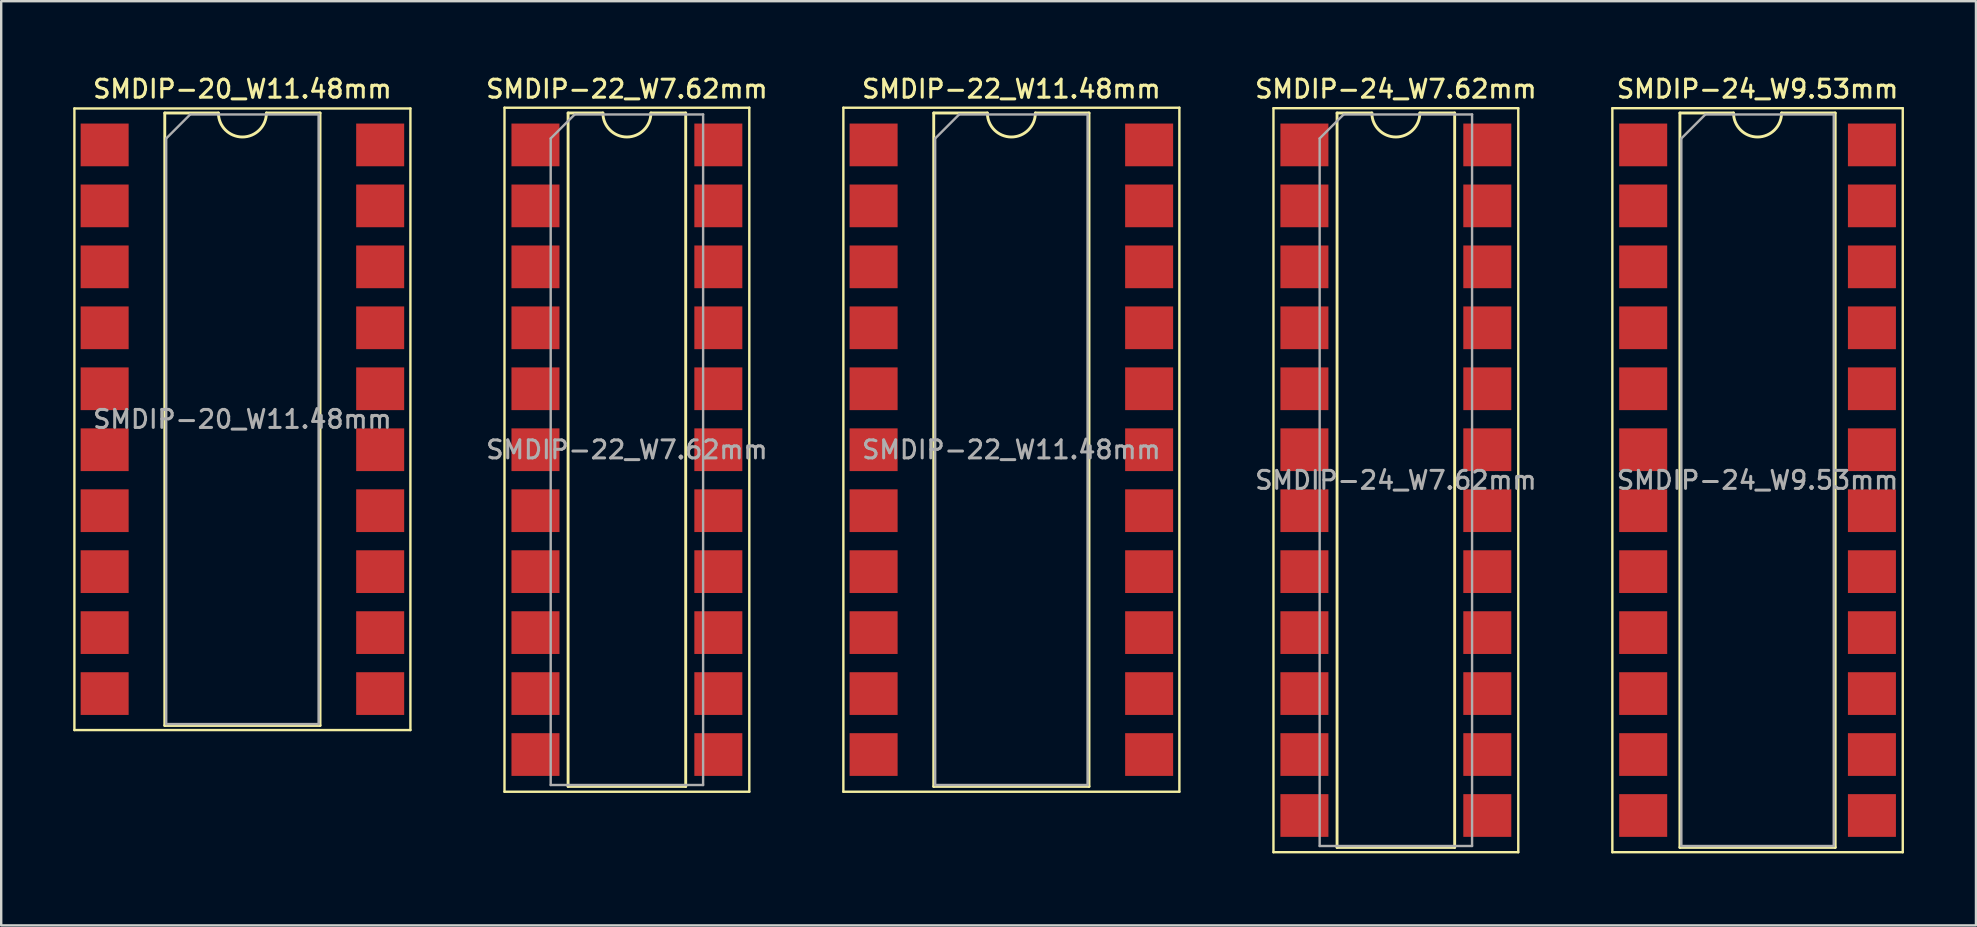
<source format=kicad_pcb>
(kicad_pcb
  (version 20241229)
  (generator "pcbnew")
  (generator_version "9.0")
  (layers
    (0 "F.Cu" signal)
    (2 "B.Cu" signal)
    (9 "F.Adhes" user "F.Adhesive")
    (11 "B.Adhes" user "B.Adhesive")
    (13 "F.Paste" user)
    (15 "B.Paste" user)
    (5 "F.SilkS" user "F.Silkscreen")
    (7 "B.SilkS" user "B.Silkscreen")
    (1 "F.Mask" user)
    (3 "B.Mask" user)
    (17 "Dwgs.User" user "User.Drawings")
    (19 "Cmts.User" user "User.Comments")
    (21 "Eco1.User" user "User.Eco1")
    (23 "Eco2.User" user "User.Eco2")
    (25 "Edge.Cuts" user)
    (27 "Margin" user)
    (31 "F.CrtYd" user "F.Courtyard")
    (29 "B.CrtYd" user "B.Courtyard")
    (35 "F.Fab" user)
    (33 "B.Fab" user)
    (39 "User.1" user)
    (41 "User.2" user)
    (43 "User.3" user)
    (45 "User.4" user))
  (footprint "SMDIP-22_W7.62mm"
    (layer "F.Cu")
    (at 23.07 15.688)
    (property "Reference" "SMDIP-22_W7.62mm" (at 0 -15.03 0) (layer "F.SilkS") (effects (font (size 0.75 0.75) (thickness 0.125))))
    (attr smd)
    (fp_line (start -5.1 -14.25) (end -5.1 14.25) (stroke (width 0.1) (type solid)) (layer "F.SilkS"))
    (fp_line (start -5.1 14.25) (end 5.1 14.25) (stroke (width 0.1) (type solid)) (layer "F.SilkS"))
    (fp_line (start -2.45 -14.03) (end -2.45 14.03) (stroke (width 0.12) (type solid)) (layer "F.SilkS"))
    (fp_line (start -2.45 14.03) (end 2.45 14.03) (stroke (width 0.12) (type solid)) (layer "F.SilkS"))
    (fp_line (start -1 -14.03) (end -2.45 -14.03) (stroke (width 0.12) (type solid)) (layer "F.SilkS"))
    (fp_line (start 2.45 -14.03) (end 1 -14.03) (stroke (width 0.12) (type solid)) (layer "F.SilkS"))
    (fp_line (start 2.45 14.03) (end 2.45 -14.03) (stroke (width 0.12) (type solid)) (layer "F.SilkS"))
    (fp_line (start 5.1 -14.25) (end -5.1 -14.25) (stroke (width 0.1) (type solid)) (layer "F.SilkS"))
    (fp_line (start 5.1 14.25) (end 5.1 -14.25) (stroke (width 0.1) (type solid)) (layer "F.SilkS"))
    (fp_arc (start 1 -14.03) (mid 0 -13.03) (end -1 -14.03) (stroke (width 0.12) (type solid)) (layer "F.SilkS"))
    (fp_line (start -3.175 -12.97) (end -2.175 -13.97) (stroke (width 0.1) (type solid)) (layer "F.Fab"))
    (fp_line (start -3.175 13.97) (end -3.175 -12.97) (stroke (width 0.1) (type solid)) (layer "F.Fab"))
    (fp_line (start -2.175 -13.97) (end 3.175 -13.97) (stroke (width 0.1) (type solid)) (layer "F.Fab"))
    (fp_line (start 3.175 -13.97) (end 3.175 13.97) (stroke (width 0.1) (type solid)) (layer "F.Fab"))
    (fp_line (start 3.175 13.97) (end -3.175 13.97) (stroke (width 0.1) (type solid)) (layer "F.Fab"))
    (fp_text user "${REFERENCE}" (at 0 0 0) (layer "F.Fab") (effects (font (size 0.75 0.75) (thickness 0.125))))
    (pad "1" smd rect (at -3.81 -12.7) (size 2 1.78) (layers "F.Cu" "F.Mask" "F.Paste"))
    (pad "2" smd rect (at -3.81 -10.16) (size 2 1.78) (layers "F.Cu" "F.Mask" "F.Paste"))
    (pad "3" smd rect (at -3.81 -7.62) (size 2 1.78) (layers "F.Cu" "F.Mask" "F.Paste"))
    (pad "4" smd rect (at -3.81 -5.08) (size 2 1.78) (layers "F.Cu" "F.Mask" "F.Paste"))
    (pad "5" smd rect (at -3.81 -2.54) (size 2 1.78) (layers "F.Cu" "F.Mask" "F.Paste"))
    (pad "6" smd rect (at -3.81 0) (size 2 1.78) (layers "F.Cu" "F.Mask" "F.Paste"))
    (pad "7" smd rect (at -3.81 2.54) (size 2 1.78) (layers "F.Cu" "F.Mask" "F.Paste"))
    (pad "8" smd rect (at -3.81 5.08) (size 2 1.78) (layers "F.Cu" "F.Mask" "F.Paste"))
    (pad "9" smd rect (at -3.81 7.62) (size 2 1.78) (layers "F.Cu" "F.Mask" "F.Paste"))
    (pad "10" smd rect (at -3.81 10.16) (size 2 1.78) (layers "F.Cu" "F.Mask" "F.Paste"))
    (pad "11" smd rect (at -3.81 12.7) (size 2 1.78) (layers "F.Cu" "F.Mask" "F.Paste"))
    (pad "12" smd rect (at 3.81 12.7) (size 2 1.78) (layers "F.Cu" "F.Mask" "F.Paste"))
    (pad "13" smd rect (at 3.81 10.16) (size 2 1.78) (layers "F.Cu" "F.Mask" "F.Paste"))
    (pad "14" smd rect (at 3.81 7.62) (size 2 1.78) (layers "F.Cu" "F.Mask" "F.Paste"))
    (pad "15" smd rect (at 3.81 5.08) (size 2 1.78) (layers "F.Cu" "F.Mask" "F.Paste"))
    (pad "16" smd rect (at 3.81 2.54) (size 2 1.78) (layers "F.Cu" "F.Mask" "F.Paste"))
    (pad "17" smd rect (at 3.81 0) (size 2 1.78) (layers "F.Cu" "F.Mask" "F.Paste"))
    (pad "18" smd rect (at 3.81 -2.54) (size 2 1.78) (layers "F.Cu" "F.Mask" "F.Paste"))
    (pad "19" smd rect (at 3.81 -5.08) (size 2 1.78) (layers "F.Cu" "F.Mask" "F.Paste"))
    (pad "20" smd rect (at 3.81 -7.62) (size 2 1.78) (layers "F.Cu" "F.Mask" "F.Paste"))
    (pad "21" smd rect (at 3.81 -10.16) (size 2 1.78) (layers "F.Cu" "F.Mask" "F.Paste"))
    (pad "22" smd rect (at 3.81 -12.7) (size 2 1.78) (layers "F.Cu" "F.Mask" "F.Paste")))
  (footprint "SMDIP-20_W11.48mm"
    (layer "F.Cu")
    (at 7.05 14.418)
    (property "Reference" "SMDIP-20_W11.48mm" (at 0 -13.76 0) (layer "F.SilkS") (effects (font (size 0.75 0.75) (thickness 0.125))))
    (attr smd)
    (fp_line (start -7 -12.95) (end -7 12.95) (stroke (width 0.1) (type solid)) (layer "F.SilkS"))
    (fp_line (start -7 12.95) (end 7 12.95) (stroke (width 0.1) (type solid)) (layer "F.SilkS"))
    (fp_line (start -3.235 -12.76) (end -3.235 12.76) (stroke (width 0.12) (type solid)) (layer "F.SilkS"))
    (fp_line (start -3.235 12.76) (end 3.235 12.76) (stroke (width 0.12) (type solid)) (layer "F.SilkS"))
    (fp_line (start -1 -12.76) (end -3.235 -12.76) (stroke (width 0.12) (type solid)) (layer "F.SilkS"))
    (fp_line (start 3.235 -12.76) (end 1 -12.76) (stroke (width 0.12) (type solid)) (layer "F.SilkS"))
    (fp_line (start 3.235 12.76) (end 3.235 -12.76) (stroke (width 0.12) (type solid)) (layer "F.SilkS"))
    (fp_line (start 7 -12.95) (end -7 -12.95) (stroke (width 0.1) (type solid)) (layer "F.SilkS"))
    (fp_line (start 7 12.95) (end 7 -12.95) (stroke (width 0.1) (type solid)) (layer "F.SilkS"))
    (fp_arc (start 1 -12.76) (mid 0 -11.76) (end -1 -12.76) (stroke (width 0.12) (type solid)) (layer "F.SilkS"))
    (fp_line (start -3.175 -11.7) (end -2.175 -12.7) (stroke (width 0.1) (type solid)) (layer "F.Fab"))
    (fp_line (start -3.175 12.7) (end -3.175 -11.7) (stroke (width 0.1) (type solid)) (layer "F.Fab"))
    (fp_line (start -2.175 -12.7) (end 3.175 -12.7) (stroke (width 0.1) (type solid)) (layer "F.Fab"))
    (fp_line (start 3.175 -12.7) (end 3.175 12.7) (stroke (width 0.1) (type solid)) (layer "F.Fab"))
    (fp_line (start 3.175 12.7) (end -3.175 12.7) (stroke (width 0.1) (type solid)) (layer "F.Fab"))
    (fp_text user "${REFERENCE}" (at 0 0 0) (layer "F.Fab") (effects (font (size 0.75 0.75) (thickness 0.125))))
    (pad "1" smd rect (at -5.74 -11.43) (size 2 1.78) (layers "F.Cu" "F.Mask" "F.Paste"))
    (pad "2" smd rect (at -5.74 -8.89) (size 2 1.78) (layers "F.Cu" "F.Mask" "F.Paste"))
    (pad "3" smd rect (at -5.74 -6.35) (size 2 1.78) (layers "F.Cu" "F.Mask" "F.Paste"))
    (pad "4" smd rect (at -5.74 -3.81) (size 2 1.78) (layers "F.Cu" "F.Mask" "F.Paste"))
    (pad "5" smd rect (at -5.74 -1.27) (size 2 1.78) (layers "F.Cu" "F.Mask" "F.Paste"))
    (pad "6" smd rect (at -5.74 1.27) (size 2 1.78) (layers "F.Cu" "F.Mask" "F.Paste"))
    (pad "7" smd rect (at -5.74 3.81) (size 2 1.78) (layers "F.Cu" "F.Mask" "F.Paste"))
    (pad "8" smd rect (at -5.74 6.35) (size 2 1.78) (layers "F.Cu" "F.Mask" "F.Paste"))
    (pad "9" smd rect (at -5.74 8.89) (size 2 1.78) (layers "F.Cu" "F.Mask" "F.Paste"))
    (pad "10" smd rect (at -5.74 11.43) (size 2 1.78) (layers "F.Cu" "F.Mask" "F.Paste"))
    (pad "11" smd rect (at 5.74 11.43) (size 2 1.78) (layers "F.Cu" "F.Mask" "F.Paste"))
    (pad "12" smd rect (at 5.74 8.89) (size 2 1.78) (layers "F.Cu" "F.Mask" "F.Paste"))
    (pad "13" smd rect (at 5.74 6.35) (size 2 1.78) (layers "F.Cu" "F.Mask" "F.Paste"))
    (pad "14" smd rect (at 5.74 3.81) (size 2 1.78) (layers "F.Cu" "F.Mask" "F.Paste"))
    (pad "15" smd rect (at 5.74 1.27) (size 2 1.78) (layers "F.Cu" "F.Mask" "F.Paste"))
    (pad "16" smd rect (at 5.74 -1.27) (size 2 1.78) (layers "F.Cu" "F.Mask" "F.Paste"))
    (pad "17" smd rect (at 5.74 -3.81) (size 2 1.78) (layers "F.Cu" "F.Mask" "F.Paste"))
    (pad "18" smd rect (at 5.74 -6.35) (size 2 1.78) (layers "F.Cu" "F.Mask" "F.Paste"))
    (pad "19" smd rect (at 5.74 -8.89) (size 2 1.78) (layers "F.Cu" "F.Mask" "F.Paste"))
    (pad "20" smd rect (at 5.74 -11.43) (size 2 1.78) (layers "F.Cu" "F.Mask" "F.Paste")))
  (footprint "SMDIP-24_W7.62mm"
    (layer "F.Cu")
    (at 55.109 16.958)
    (property "Reference" "SMDIP-24_W7.62mm" (at 0 -16.3 0) (layer "F.SilkS") (effects (font (size 0.75 0.75) (thickness 0.125))))
    (attr smd)
    (fp_line (start -5.1 -15.5) (end -5.1 15.5) (stroke (width 0.1) (type solid)) (layer "F.SilkS"))
    (fp_line (start -5.1 15.5) (end 5.1 15.5) (stroke (width 0.1) (type solid)) (layer "F.SilkS"))
    (fp_line (start -2.45 -15.3) (end -2.45 15.3) (stroke (width 0.12) (type solid)) (layer "F.SilkS"))
    (fp_line (start -2.45 15.3) (end 2.45 15.3) (stroke (width 0.12) (type solid)) (layer "F.SilkS"))
    (fp_line (start -1 -15.3) (end -2.45 -15.3) (stroke (width 0.12) (type solid)) (layer "F.SilkS"))
    (fp_line (start 2.45 -15.3) (end 1 -15.3) (stroke (width 0.12) (type solid)) (layer "F.SilkS"))
    (fp_line (start 2.45 15.3) (end 2.45 -15.3) (stroke (width 0.12) (type solid)) (layer "F.SilkS"))
    (fp_line (start 5.1 -15.5) (end -5.1 -15.5) (stroke (width 0.1) (type solid)) (layer "F.SilkS"))
    (fp_line (start 5.1 15.5) (end 5.1 -15.5) (stroke (width 0.1) (type solid)) (layer "F.SilkS"))
    (fp_arc (start 1 -15.3) (mid 0 -14.3) (end -1 -15.3) (stroke (width 0.12) (type solid)) (layer "F.SilkS"))
    (fp_line (start -3.175 -14.24) (end -2.175 -15.24) (stroke (width 0.1) (type solid)) (layer "F.Fab"))
    (fp_line (start -3.175 15.24) (end -3.175 -14.24) (stroke (width 0.1) (type solid)) (layer "F.Fab"))
    (fp_line (start -2.175 -15.24) (end 3.175 -15.24) (stroke (width 0.1) (type solid)) (layer "F.Fab"))
    (fp_line (start 3.175 -15.24) (end 3.175 15.24) (stroke (width 0.1) (type solid)) (layer "F.Fab"))
    (fp_line (start 3.175 15.24) (end -3.175 15.24) (stroke (width 0.1) (type solid)) (layer "F.Fab"))
    (fp_text user "${REFERENCE}" (at 0 0 0) (layer "F.Fab") (effects (font (size 0.75 0.75) (thickness 0.125))))
    (pad "1" smd rect (at -3.81 -13.97) (size 2 1.78) (layers "F.Cu" "F.Mask" "F.Paste"))
    (pad "2" smd rect (at -3.81 -11.43) (size 2 1.78) (layers "F.Cu" "F.Mask" "F.Paste"))
    (pad "3" smd rect (at -3.81 -8.89) (size 2 1.78) (layers "F.Cu" "F.Mask" "F.Paste"))
    (pad "4" smd rect (at -3.81 -6.35) (size 2 1.78) (layers "F.Cu" "F.Mask" "F.Paste"))
    (pad "5" smd rect (at -3.81 -3.81) (size 2 1.78) (layers "F.Cu" "F.Mask" "F.Paste"))
    (pad "6" smd rect (at -3.81 -1.27) (size 2 1.78) (layers "F.Cu" "F.Mask" "F.Paste"))
    (pad "7" smd rect (at -3.81 1.27) (size 2 1.78) (layers "F.Cu" "F.Mask" "F.Paste"))
    (pad "8" smd rect (at -3.81 3.81) (size 2 1.78) (layers "F.Cu" "F.Mask" "F.Paste"))
    (pad "9" smd rect (at -3.81 6.35) (size 2 1.78) (layers "F.Cu" "F.Mask" "F.Paste"))
    (pad "10" smd rect (at -3.81 8.89) (size 2 1.78) (layers "F.Cu" "F.Mask" "F.Paste"))
    (pad "11" smd rect (at -3.81 11.43) (size 2 1.78) (layers "F.Cu" "F.Mask" "F.Paste"))
    (pad "12" smd rect (at -3.81 13.97) (size 2 1.78) (layers "F.Cu" "F.Mask" "F.Paste"))
    (pad "13" smd rect (at 3.81 13.97) (size 2 1.78) (layers "F.Cu" "F.Mask" "F.Paste"))
    (pad "14" smd rect (at 3.81 11.43) (size 2 1.78) (layers "F.Cu" "F.Mask" "F.Paste"))
    (pad "15" smd rect (at 3.81 8.89) (size 2 1.78) (layers "F.Cu" "F.Mask" "F.Paste"))
    (pad "16" smd rect (at 3.81 6.35) (size 2 1.78) (layers "F.Cu" "F.Mask" "F.Paste"))
    (pad "17" smd rect (at 3.81 3.81) (size 2 1.78) (layers "F.Cu" "F.Mask" "F.Paste"))
    (pad "18" smd rect (at 3.81 1.27) (size 2 1.78) (layers "F.Cu" "F.Mask" "F.Paste"))
    (pad "19" smd rect (at 3.81 -1.27) (size 2 1.78) (layers "F.Cu" "F.Mask" "F.Paste"))
    (pad "20" smd rect (at 3.81 -3.81) (size 2 1.78) (layers "F.Cu" "F.Mask" "F.Paste"))
    (pad "21" smd rect (at 3.81 -6.35) (size 2 1.78) (layers "F.Cu" "F.Mask" "F.Paste"))
    (pad "22" smd rect (at 3.81 -8.89) (size 2 1.78) (layers "F.Cu" "F.Mask" "F.Paste"))
    (pad "23" smd rect (at 3.81 -11.43) (size 2 1.78) (layers "F.Cu" "F.Mask" "F.Paste"))
    (pad "24" smd rect (at 3.81 -13.97) (size 2 1.78) (layers "F.Cu" "F.Mask" "F.Paste")))
  (footprint "SMDIP-22_W11.48mm"
    (layer "F.Cu")
    (at 39.089 15.688)
    (property "Reference" "SMDIP-22_W11.48mm" (at 0 -15.03 0) (layer "F.SilkS") (effects (font (size 0.75 0.75) (thickness 0.125))))
    (attr smd)
    (fp_line (start -7 -14.25) (end -7 14.25) (stroke (width 0.1) (type solid)) (layer "F.SilkS"))
    (fp_line (start -7 14.25) (end 7 14.25) (stroke (width 0.1) (type solid)) (layer "F.SilkS"))
    (fp_line (start -3.235 -14.03) (end -3.235 14.03) (stroke (width 0.12) (type solid)) (layer "F.SilkS"))
    (fp_line (start -3.235 14.03) (end 3.235 14.03) (stroke (width 0.12) (type solid)) (layer "F.SilkS"))
    (fp_line (start -1 -14.03) (end -3.235 -14.03) (stroke (width 0.12) (type solid)) (layer "F.SilkS"))
    (fp_line (start 3.235 -14.03) (end 1 -14.03) (stroke (width 0.12) (type solid)) (layer "F.SilkS"))
    (fp_line (start 3.235 14.03) (end 3.235 -14.03) (stroke (width 0.12) (type solid)) (layer "F.SilkS"))
    (fp_line (start 7 -14.25) (end -7 -14.25) (stroke (width 0.1) (type solid)) (layer "F.SilkS"))
    (fp_line (start 7 14.25) (end 7 -14.25) (stroke (width 0.1) (type solid)) (layer "F.SilkS"))
    (fp_arc (start 1 -14.03) (mid 0 -13.03) (end -1 -14.03) (stroke (width 0.12) (type solid)) (layer "F.SilkS"))
    (fp_line (start -3.175 -12.97) (end -2.175 -13.97) (stroke (width 0.1) (type solid)) (layer "F.Fab"))
    (fp_line (start -3.175 13.97) (end -3.175 -12.97) (stroke (width 0.1) (type solid)) (layer "F.Fab"))
    (fp_line (start -2.175 -13.97) (end 3.175 -13.97) (stroke (width 0.1) (type solid)) (layer "F.Fab"))
    (fp_line (start 3.175 -13.97) (end 3.175 13.97) (stroke (width 0.1) (type solid)) (layer "F.Fab"))
    (fp_line (start 3.175 13.97) (end -3.175 13.97) (stroke (width 0.1) (type solid)) (layer "F.Fab"))
    (fp_text user "${REFERENCE}" (at 0 0 0) (layer "F.Fab") (effects (font (size 0.75 0.75) (thickness 0.125))))
    (pad "1" smd rect (at -5.74 -12.7) (size 2 1.78) (layers "F.Cu" "F.Mask" "F.Paste"))
    (pad "2" smd rect (at -5.74 -10.16) (size 2 1.78) (layers "F.Cu" "F.Mask" "F.Paste"))
    (pad "3" smd rect (at -5.74 -7.62) (size 2 1.78) (layers "F.Cu" "F.Mask" "F.Paste"))
    (pad "4" smd rect (at -5.74 -5.08) (size 2 1.78) (layers "F.Cu" "F.Mask" "F.Paste"))
    (pad "5" smd rect (at -5.74 -2.54) (size 2 1.78) (layers "F.Cu" "F.Mask" "F.Paste"))
    (pad "6" smd rect (at -5.74 0) (size 2 1.78) (layers "F.Cu" "F.Mask" "F.Paste"))
    (pad "7" smd rect (at -5.74 2.54) (size 2 1.78) (layers "F.Cu" "F.Mask" "F.Paste"))
    (pad "8" smd rect (at -5.74 5.08) (size 2 1.78) (layers "F.Cu" "F.Mask" "F.Paste"))
    (pad "9" smd rect (at -5.74 7.62) (size 2 1.78) (layers "F.Cu" "F.Mask" "F.Paste"))
    (pad "10" smd rect (at -5.74 10.16) (size 2 1.78) (layers "F.Cu" "F.Mask" "F.Paste"))
    (pad "11" smd rect (at -5.74 12.7) (size 2 1.78) (layers "F.Cu" "F.Mask" "F.Paste"))
    (pad "12" smd rect (at 5.74 12.7) (size 2 1.78) (layers "F.Cu" "F.Mask" "F.Paste"))
    (pad "13" smd rect (at 5.74 10.16) (size 2 1.78) (layers "F.Cu" "F.Mask" "F.Paste"))
    (pad "14" smd rect (at 5.74 7.62) (size 2 1.78) (layers "F.Cu" "F.Mask" "F.Paste"))
    (pad "15" smd rect (at 5.74 5.08) (size 2 1.78) (layers "F.Cu" "F.Mask" "F.Paste"))
    (pad "16" smd rect (at 5.74 2.54) (size 2 1.78) (layers "F.Cu" "F.Mask" "F.Paste"))
    (pad "17" smd rect (at 5.74 0) (size 2 1.78) (layers "F.Cu" "F.Mask" "F.Paste"))
    (pad "18" smd rect (at 5.74 -2.54) (size 2 1.78) (layers "F.Cu" "F.Mask" "F.Paste"))
    (pad "19" smd rect (at 5.74 -5.08) (size 2 1.78) (layers "F.Cu" "F.Mask" "F.Paste"))
    (pad "20" smd rect (at 5.74 -7.62) (size 2 1.78) (layers "F.Cu" "F.Mask" "F.Paste"))
    (pad "21" smd rect (at 5.74 -10.16) (size 2 1.78) (layers "F.Cu" "F.Mask" "F.Paste"))
    (pad "22" smd rect (at 5.74 -12.7) (size 2 1.78) (layers "F.Cu" "F.Mask" "F.Paste")))
  (footprint "SMDIP-24_W9.53mm"
    (layer "F.Cu")
    (at 70.179 16.958)
    (property "Reference" "SMDIP-24_W9.53mm" (at 0 -16.3 0) (layer "F.SilkS") (effects (font (size 0.75 0.75) (thickness 0.125))))
    (attr smd)
    (fp_line (start -6.05 -15.5) (end -6.05 15.5) (stroke (width 0.1) (type solid)) (layer "F.SilkS"))
    (fp_line (start -6.05 15.5) (end 6.05 15.5) (stroke (width 0.1) (type solid)) (layer "F.SilkS"))
    (fp_line (start -3.235 -15.3) (end -3.235 15.3) (stroke (width 0.12) (type solid)) (layer "F.SilkS"))
    (fp_line (start -3.235 15.3) (end 3.235 15.3) (stroke (width 0.12) (type solid)) (layer "F.SilkS"))
    (fp_line (start -1 -15.3) (end -3.235 -15.3) (stroke (width 0.12) (type solid)) (layer "F.SilkS"))
    (fp_line (start 3.235 -15.3) (end 1 -15.3) (stroke (width 0.12) (type solid)) (layer "F.SilkS"))
    (fp_line (start 3.235 15.3) (end 3.235 -15.3) (stroke (width 0.12) (type solid)) (layer "F.SilkS"))
    (fp_line (start 6.05 -15.5) (end -6.05 -15.5) (stroke (width 0.1) (type solid)) (layer "F.SilkS"))
    (fp_line (start 6.05 15.5) (end 6.05 -15.5) (stroke (width 0.1) (type solid)) (layer "F.SilkS"))
    (fp_arc (start 1 -15.3) (mid 0 -14.3) (end -1 -15.3) (stroke (width 0.12) (type solid)) (layer "F.SilkS"))
    (fp_line (start -3.175 -14.24) (end -2.175 -15.24) (stroke (width 0.1) (type solid)) (layer "F.Fab"))
    (fp_line (start -3.175 15.24) (end -3.175 -14.24) (stroke (width 0.1) (type solid)) (layer "F.Fab"))
    (fp_line (start -2.175 -15.24) (end 3.175 -15.24) (stroke (width 0.1) (type solid)) (layer "F.Fab"))
    (fp_line (start 3.175 -15.24) (end 3.175 15.24) (stroke (width 0.1) (type solid)) (layer "F.Fab"))
    (fp_line (start 3.175 15.24) (end -3.175 15.24) (stroke (width 0.1) (type solid)) (layer "F.Fab"))
    (fp_text user "${REFERENCE}" (at 0 0 0) (layer "F.Fab") (effects (font (size 0.75 0.75) (thickness 0.125))))
    (pad "1" smd rect (at -4.765 -13.97) (size 2 1.78) (layers "F.Cu" "F.Mask" "F.Paste"))
    (pad "2" smd rect (at -4.765 -11.43) (size 2 1.78) (layers "F.Cu" "F.Mask" "F.Paste"))
    (pad "3" smd rect (at -4.765 -8.89) (size 2 1.78) (layers "F.Cu" "F.Mask" "F.Paste"))
    (pad "4" smd rect (at -4.765 -6.35) (size 2 1.78) (layers "F.Cu" "F.Mask" "F.Paste"))
    (pad "5" smd rect (at -4.765 -3.81) (size 2 1.78) (layers "F.Cu" "F.Mask" "F.Paste"))
    (pad "6" smd rect (at -4.765 -1.27) (size 2 1.78) (layers "F.Cu" "F.Mask" "F.Paste"))
    (pad "7" smd rect (at -4.765 1.27) (size 2 1.78) (layers "F.Cu" "F.Mask" "F.Paste"))
    (pad "8" smd rect (at -4.765 3.81) (size 2 1.78) (layers "F.Cu" "F.Mask" "F.Paste"))
    (pad "9" smd rect (at -4.765 6.35) (size 2 1.78) (layers "F.Cu" "F.Mask" "F.Paste"))
    (pad "10" smd rect (at -4.765 8.89) (size 2 1.78) (layers "F.Cu" "F.Mask" "F.Paste"))
    (pad "11" smd rect (at -4.765 11.43) (size 2 1.78) (layers "F.Cu" "F.Mask" "F.Paste"))
    (pad "12" smd rect (at -4.765 13.97) (size 2 1.78) (layers "F.Cu" "F.Mask" "F.Paste"))
    (pad "13" smd rect (at 4.765 13.97) (size 2 1.78) (layers "F.Cu" "F.Mask" "F.Paste"))
    (pad "14" smd rect (at 4.765 11.43) (size 2 1.78) (layers "F.Cu" "F.Mask" "F.Paste"))
    (pad "15" smd rect (at 4.765 8.89) (size 2 1.78) (layers "F.Cu" "F.Mask" "F.Paste"))
    (pad "16" smd rect (at 4.765 6.35) (size 2 1.78) (layers "F.Cu" "F.Mask" "F.Paste"))
    (pad "17" smd rect (at 4.765 3.81) (size 2 1.78) (layers "F.Cu" "F.Mask" "F.Paste"))
    (pad "18" smd rect (at 4.765 1.27) (size 2 1.78) (layers "F.Cu" "F.Mask" "F.Paste"))
    (pad "19" smd rect (at 4.765 -1.27) (size 2 1.78) (layers "F.Cu" "F.Mask" "F.Paste"))
    (pad "20" smd rect (at 4.765 -3.81) (size 2 1.78) (layers "F.Cu" "F.Mask" "F.Paste"))
    (pad "21" smd rect (at 4.765 -6.35) (size 2 1.78) (layers "F.Cu" "F.Mask" "F.Paste"))
    (pad "22" smd rect (at 4.765 -8.89) (size 2 1.78) (layers "F.Cu" "F.Mask" "F.Paste"))
    (pad "23" smd rect (at 4.765 -11.43) (size 2 1.78) (layers "F.Cu" "F.Mask" "F.Paste"))
    (pad "24" smd rect (at 4.765 -13.97) (size 2 1.78) (layers "F.Cu" "F.Mask" "F.Paste")))
  (gr_rect
    (start -3 -3)
    (end 79.279 35.508)
    (stroke (width 0.1) (type default))
    (fill no)
    (layer "Edge.Cuts")))
</source>
